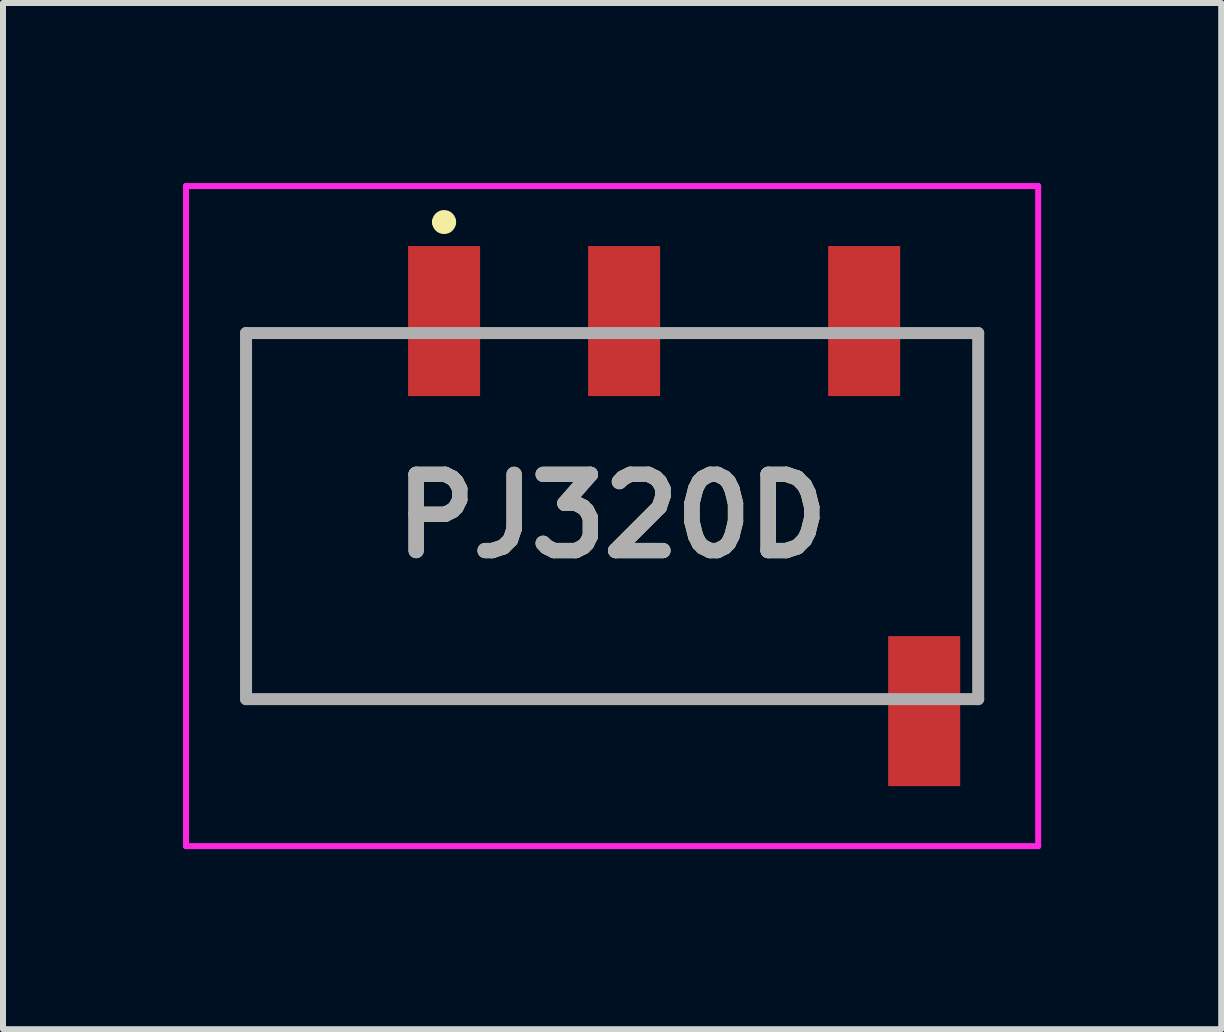
<source format=kicad_pcb>
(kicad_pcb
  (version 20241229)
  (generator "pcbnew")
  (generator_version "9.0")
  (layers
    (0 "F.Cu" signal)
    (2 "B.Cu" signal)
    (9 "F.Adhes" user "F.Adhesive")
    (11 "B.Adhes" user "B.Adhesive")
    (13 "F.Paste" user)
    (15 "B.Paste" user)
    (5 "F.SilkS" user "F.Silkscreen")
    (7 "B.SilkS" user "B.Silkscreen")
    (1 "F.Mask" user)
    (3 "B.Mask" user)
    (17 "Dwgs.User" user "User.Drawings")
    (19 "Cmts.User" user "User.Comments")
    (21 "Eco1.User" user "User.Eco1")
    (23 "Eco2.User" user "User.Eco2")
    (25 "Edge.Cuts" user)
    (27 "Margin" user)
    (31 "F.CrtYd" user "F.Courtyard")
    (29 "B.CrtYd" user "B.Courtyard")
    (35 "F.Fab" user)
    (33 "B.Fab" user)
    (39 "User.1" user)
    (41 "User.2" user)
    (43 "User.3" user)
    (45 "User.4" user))
  (footprint "PJ320D"
    (layer "F.Cu")
    (at 7.15 5.55)
    (property "Reference" "PJ320D" (at 0 0 0) (layer "F.SilkS") (effects (font (size 1.27 1.27) (thickness 0.254))))
    (attr through_hole)
    (fp_line (start -6.1 -3) (end -6.1 3) (stroke (width 0.1) (type solid)) (layer "F.SilkS"))
    (fp_line (start -6.1 3) (end -6.1 3.05) (stroke (width 0.1) (type solid)) (layer "F.SilkS"))
    (fp_line (start -6.1 3.05) (end 3.9 3.05) (stroke (width 0.1) (type solid)) (layer "F.SilkS"))
    (fp_line (start -4.1 -3.05) (end -6.1 -3) (stroke (width 0.1) (type solid)) (layer "F.SilkS"))
    (fp_line (start -2.9 -4.9) (end -2.9 -4.9) (stroke (width 0.2) (type solid)) (layer "F.SilkS"))
    (fp_line (start -2.7 -4.9) (end -2.7 -4.9) (stroke (width 0.2) (type solid)) (layer "F.SilkS"))
    (fp_line (start 5.9 -3.05) (end 6.1 -3.05) (stroke (width 0.1) (type solid)) (layer "F.SilkS"))
    (fp_line (start 6.1 -3.05) (end 6.1 3) (stroke (width 0.1) (type solid)) (layer "F.SilkS"))
    (fp_arc (start -2.9 -4.9) (mid -2.8 -5) (end -2.7 -4.9) (stroke (width 0.2) (type solid)) (layer "F.SilkS"))
    (fp_arc (start -2.7 -4.9) (mid -2.8 -4.8) (end -2.9 -4.9) (stroke (width 0.2) (type solid)) (layer "F.SilkS"))
    (fp_line (start -7.1 -5.5) (end 7.1 -5.5) (stroke (width 0.1) (type solid)) (layer "F.CrtYd"))
    (fp_line (start -7.1 5.5) (end -7.1 -5.5) (stroke (width 0.1) (type solid)) (layer "F.CrtYd"))
    (fp_line (start 7.1 -5.5) (end 7.1 5.5) (stroke (width 0.1) (type solid)) (layer "F.CrtYd"))
    (fp_line (start 7.1 5.5) (end -7.1 5.5) (stroke (width 0.1) (type solid)) (layer "F.CrtYd"))
    (fp_line (start -6.1 -3.05) (end 6.1 -3.05) (stroke (width 0.2) (type solid)) (layer "F.Fab"))
    (fp_line (start -6.1 3.05) (end -6.1 -3.05) (stroke (width 0.2) (type solid)) (layer "F.Fab"))
    (fp_line (start 6.1 -3.05) (end 6.1 3.05) (stroke (width 0.2) (type solid)) (layer "F.Fab"))
    (fp_line (start 6.1 3.05) (end -6.1 3.05) (stroke (width 0.2) (type solid)) (layer "F.Fab"))
    (fp_text user "${REFERENCE}" (at 0 0 0) (layer "F.Fab") (effects (font (size 1.27 1.27) (thickness 0.254))))
    (pad "" np_thru_hole circle (at -4.5 0) (size 0.001 0.001) (drill 1.3) (layers "*.Cu" "*.Mask"))
    (pad "" np_thru_hole circle (at 2.5 0) (size 0.001 0.001) (drill 1.3) (layers "*.Cu" "*.Mask"))
    (pad "2" smd rect (at -2.8 -3.25) (size 1.2 2.5) (layers "F.Cu" "F.Mask" "F.Paste"))
    (pad "3" smd rect (at 0.2 -3.25) (size 1.2 2.5) (layers "F.Cu" "F.Mask" "F.Paste"))
    (pad "4" smd rect (at 4.2 -3.25) (size 1.2 2.5) (layers "F.Cu" "F.Mask" "F.Paste"))
    (pad "5" smd rect (at 5.2 3.25) (size 1.2 2.5) (layers "F.Cu" "F.Mask" "F.Paste")))
  (gr_rect
    (start -3 -3)
    (end 17.3 14.1)
    (stroke (width 0.1) (type default))
    (fill no)
    (layer "Edge.Cuts")))
</source>
